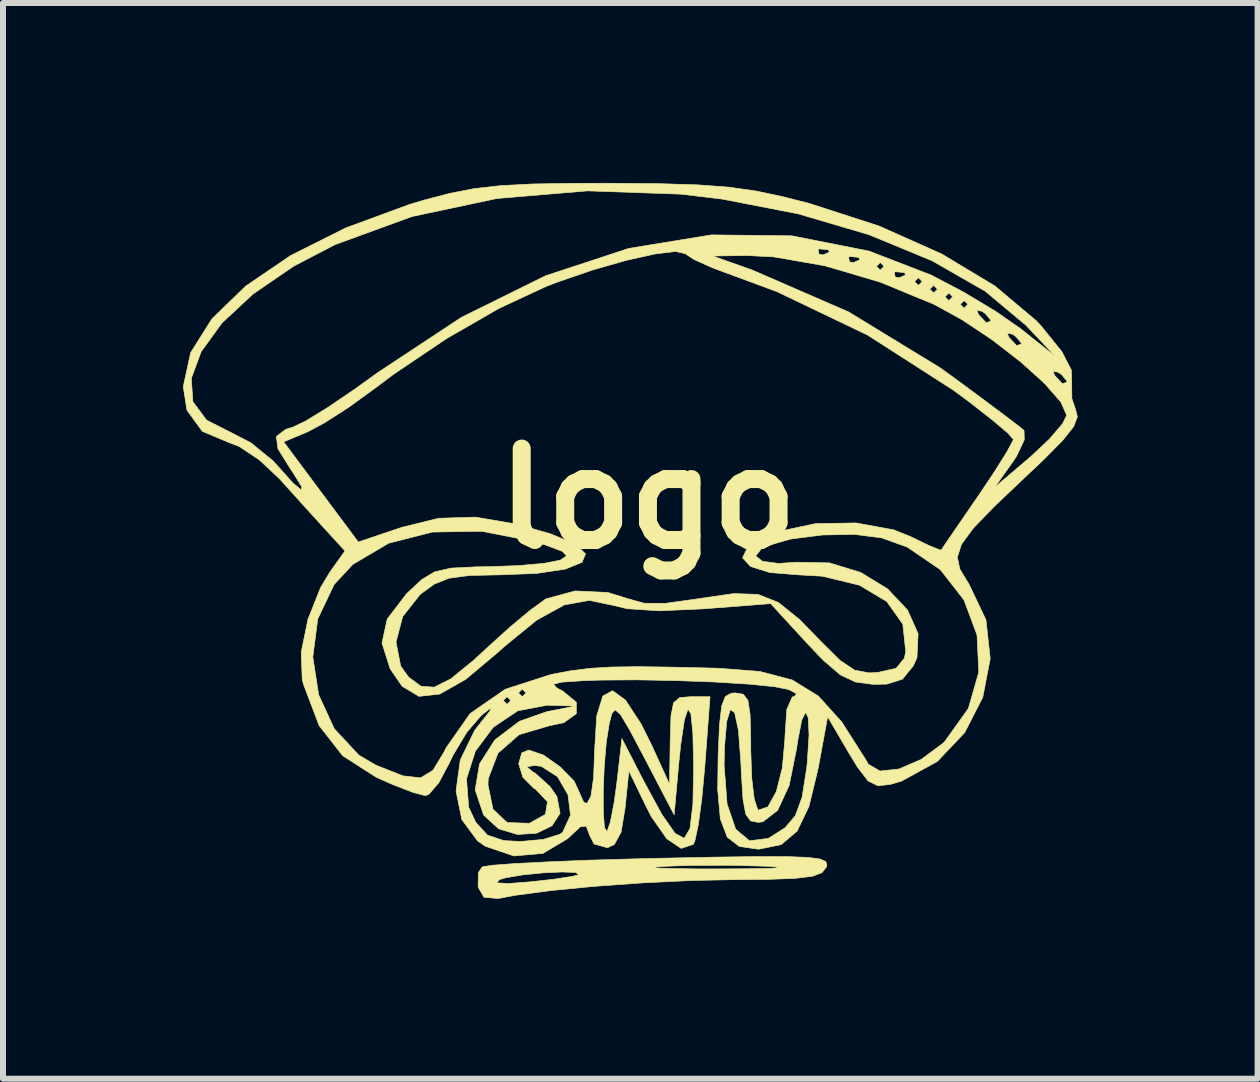
<source format=kicad_pcb>
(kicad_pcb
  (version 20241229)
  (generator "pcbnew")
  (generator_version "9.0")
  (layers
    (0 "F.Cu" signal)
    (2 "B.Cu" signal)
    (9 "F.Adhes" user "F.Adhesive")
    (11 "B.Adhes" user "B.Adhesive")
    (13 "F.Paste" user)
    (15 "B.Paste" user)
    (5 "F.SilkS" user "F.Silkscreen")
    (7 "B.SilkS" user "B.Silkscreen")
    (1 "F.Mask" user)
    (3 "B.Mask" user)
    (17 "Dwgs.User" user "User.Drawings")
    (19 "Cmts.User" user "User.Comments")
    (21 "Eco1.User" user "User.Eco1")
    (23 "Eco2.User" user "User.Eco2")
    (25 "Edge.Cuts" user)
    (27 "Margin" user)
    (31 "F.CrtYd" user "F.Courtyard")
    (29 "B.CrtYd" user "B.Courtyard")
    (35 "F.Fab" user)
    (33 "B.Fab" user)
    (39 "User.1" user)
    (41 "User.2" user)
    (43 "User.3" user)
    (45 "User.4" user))
  (footprint "logo"
    (layer "F.Cu")
    (at 7.752 5.263)
    (property "Reference" "logo" (at 0 0 0) (layer "F.SilkS") (effects (font (size 1.524 1.524) (thickness 0.3))))
    (attr through_hole)
    (fp_poly (pts (xy 2.334 5.968) (xy 2.67 5.981) (xy 2.871 6.008) (xy 2.965 6.05) (xy 2.983 6.109) (xy 2.974 6.142) (xy 2.902 6.235) (xy 2.741 6.296) (xy 2.449 6.331) (xy 1.98 6.348) (xy 1.479 6.351) (xy 0.733 6.366) (xy -0.08 6.405) (xy -0.89 6.463) (xy -1.628 6.535) (xy -2.225 6.615) (xy -2.494 6.666) (xy -2.733 6.646) (xy -2.831 6.476) (xy -2.83 6.405) (xy -2.521 6.405) (xy -2.327 6.416) (xy -1.968 6.389) (xy -1.556 6.343) (xy -1.259 6.297) (xy -1.154 6.269) (xy -1.206 6.232) (xy -1.432 6.224) (xy -1.754 6.239) (xy -2.094 6.273) (xy -2.373 6.321) (xy -2.477 6.352) (xy -2.521 6.405) (xy -2.83 6.405) (xy -2.828 6.234) (xy -2.765 6.144) (xy 0.095 6.144) (xy 0.139 6.157) (xy 0.397 6.167) (xy 0.85 6.173) (xy 1.143 6.173) (xy 1.686 6.17) (xy 2.044 6.163) (xy 2.197 6.151) (xy 2.126 6.137) (xy 2 6.129) (xy 1.375 6.112) (xy 0.686 6.115) (xy 0.286 6.129) (xy 0.095 6.144) (xy -2.765 6.144) (xy -2.761 6.139) (xy -2.6 6.112) (xy -2.223 6.084) (xy -1.668 6.055) (xy -0.974 6.027) (xy -0.179 6.004) (xy 0.214 5.995) (xy 1.135 5.976) (xy 1.832 5.967) (xy 2.334 5.968)) (stroke (width 0.01) (type solid)) (fill yes) (layer "F.SilkS"))
    (fp_poly (pts (xy 0.195 -5.251) (xy 0.834 -5.231) (xy 1.348 -5.193) (xy 1.801 -5.129) (xy 2.255 -5.033) (xy 2.695 -4.92) (xy 3.853 -4.545) (xy 4.898 -4.079) (xy 5.785 -3.545) (xy 6.471 -2.968) (xy 6.551 -2.883) (xy 6.9 -2.452) (xy 7.059 -2.143) (xy 7.064 -1.988) (xy 7.067 -1.668) (xy 7.126 -1.498) (xy 7.159 -1.365) (xy 7.098 -1.203) (xy 6.918 -0.975) (xy 6.589 -0.642) (xy 6.289 -0.359) (xy 5.771 0.133) (xy 5.423 0.494) (xy 5.226 0.763) (xy 5.158 0.977) (xy 5.2 1.175) (xy 5.332 1.394) (xy 5.348 1.417) (xy 5.635 2.02) (xy 5.706 2.668) (xy 5.582 3.312) (xy 5.281 3.9) (xy 4.824 4.382) (xy 4.23 4.708) (xy 4.044 4.763) (xy 3.835 4.788) (xy 3.67 4.706) (xy 3.49 4.471) (xy 3.351 4.242) (xy 2.996 3.636) (xy 2.837 4.501) (xy 2.684 5.132) (xy 2.487 5.543) (xy 2.221 5.768) (xy 1.858 5.842) (xy 1.826 5.842) (xy 1.523 5.798) (xy 1.322 5.643) (xy 1.207 5.34) (xy 1.163 4.854) (xy 1.168 4.443) (xy 1.27 4.443) (xy 1.319 5.088) (xy 1.462 5.51) (xy 1.693 5.704) (xy 2.008 5.664) (xy 2.286 5.487) (xy 2.457 5.286) (xy 2.57 4.978) (xy 2.646 4.493) (xy 2.656 4.407) (xy 2.686 3.941) (xy 2.673 3.653) (xy 2.629 3.563) (xy 2.565 3.687) (xy 2.496 4.043) (xy 2.48 4.159) (xy 2.354 4.782) (xy 2.162 5.197) (xy 1.916 5.387) (xy 1.837 5.397) (xy 1.71 5.372) (xy 1.631 5.262) (xy 1.585 5.015) (xy 1.557 4.581) (xy 1.55 4.409) (xy 1.509 3.863) (xy 1.445 3.567) (xy 1.374 3.517) (xy 1.313 3.713) (xy 1.275 4.153) (xy 1.27 4.443) (xy 1.168 4.443) (xy 1.17 4.285) (xy 1.193 3.769) (xy 1.229 3.457) (xy 1.291 3.298) (xy 1.392 3.243) (xy 1.46 3.239) (xy 1.59 3.261) (xy 1.667 3.364) (xy 1.703 3.599) (xy 1.714 4.02) (xy 1.714 4.191) (xy 1.73 4.655) (xy 1.772 5.008) (xy 1.831 5.185) (xy 1.841 5.193) (xy 2 5.138) (xy 2.14 4.884) (xy 2.241 4.486) (xy 2.284 4.001) (xy 2.284 3.969) (xy 2.315 3.516) (xy 2.405 3.308) (xy 2.445 3.294) (xy 2.476 3.251) (xy 2.349 3.183) (xy 2.11 3.135) (xy 1.677 3.092) (xy 1.11 3.057) (xy 0.47 3.033) (xy -0.182 3.021) (xy -0.787 3.025) (xy -1.079 3.035) (xy -1.438 3.059) (xy -1.574 3.094) (xy -1.518 3.157) (xy -1.424 3.205) (xy -1.194 3.393) (xy -1.194 3.586) (xy -1.404 3.736) (xy -1.652 3.788) (xy -2.148 3.935) (xy -2.5 4.243) (xy -2.662 4.668) (xy -2.667 4.769) (xy -2.583 5.178) (xy -2.347 5.4) (xy -1.982 5.412) (xy -1.97 5.409) (xy -1.709 5.263) (xy -1.675 5.053) (xy -1.875 4.843) (xy -1.905 4.826) (xy -2.085 4.646) (xy -2.155 4.419) (xy -2.103 4.238) (xy -1.986 4.191) (xy -1.743 4.274) (xy -1.461 4.473) (xy -1.23 4.71) (xy -1.143 4.899) (xy -1.071 5.062) (xy -1.016 5.08) (xy -0.951 4.963) (xy -0.937 4.87) (xy -0.745 4.87) (xy -0.744 5.237) (xy -0.724 5.486) (xy -0.683 5.551) (xy -0.682 5.551) (xy -0.626 5.39) (xy -0.562 5.057) (xy -0.518 4.736) (xy -0.434 4) (xy -0.075 4.699) (xy 0.229 5.259) (xy 0.453 5.581) (xy 0.606 5.662) (xy 0.701 5.499) (xy 0.75 5.088) (xy 0.762 4.48) (xy 0.749 3.909) (xy 0.716 3.585) (xy 0.667 3.51) (xy 0.608 3.685) (xy 0.545 4.111) (xy 0.514 4.414) (xy 0.437 5.271) (xy -0.06 4.318) (xy -0.302 3.861) (xy -0.454 3.604) (xy -0.545 3.52) (xy -0.601 3.582) (xy -0.645 3.747) (xy -0.694 4.057) (xy -0.728 4.455) (xy -0.745 4.87) (xy -0.937 4.87) (xy -0.906 4.648) (xy -0.889 4.198) (xy -0.854 3.622) (xy -0.752 3.29) (xy -0.59 3.202) (xy -0.374 3.359) (xy -0.111 3.762) (xy 0.068 4.123) (xy 0.36 4.763) (xy 0.371 4.032) (xy 0.384 3.621) (xy 0.427 3.403) (xy 0.529 3.317) (xy 0.708 3.302) (xy 1.035 3.302) (xy 0.947 4.477) (xy 0.898 5.004) (xy 0.84 5.435) (xy 0.782 5.707) (xy 0.756 5.764) (xy 0.555 5.831) (xy 0.314 5.67) (xy 0.054 5.297) (xy -0.031 5.131) (xy -0.318 4.538) (xy -0.381 5.157) (xy -0.448 5.561) (xy -0.56 5.766) (xy -0.676 5.82) (xy -0.898 5.757) (xy -0.972 5.615) (xy -1.029 5.46) (xy -1.124 5.469) (xy -1.322 5.652) (xy -1.338 5.668) (xy -1.75 5.914) (xy -2.235 5.957) (xy -2.713 5.794) (xy -2.84 5.706) (xy -3.103 5.35) (xy -3.199 4.876) (xy -3.172 4.672) (xy -3.025 4.672) (xy -2.989 5.143) (xy -2.871 5.395) (xy -2.675 5.61) (xy -2.401 5.701) (xy -2.118 5.715) (xy -1.745 5.681) (xy -1.471 5.597) (xy -1.422 5.563) (xy -1.291 5.277) (xy -1.332 4.939) (xy -1.506 4.637) (xy -1.776 4.463) (xy -1.893 4.449) (xy -2.02 4.47) (xy -1.926 4.551) (xy -1.875 4.581) (xy -1.633 4.799) (xy -1.517 4.967) (xy -1.465 5.245) (xy -1.6 5.454) (xy -1.857 5.578) (xy -2.174 5.599) (xy -2.489 5.504) (xy -2.739 5.276) (xy -2.88 4.856) (xy -2.808 4.422) (xy -2.552 4.023) (xy -2.144 3.712) (xy -1.686 3.551) (xy -1.206 3.458) (xy -1.681 3.444) (xy -2.17 3.537) (xy -2.58 3.812) (xy -2.877 4.21) (xy -3.025 4.672) (xy -3.172 4.672) (xy -3.129 4.359) (xy -2.893 3.87) (xy -2.83 3.788) (xy -2.639 3.547) (xy -2.607 3.481) (xy -2.731 3.576) (xy -2.783 3.619) (xy -3.021 3.897) (xy -3.253 4.284) (xy -3.314 4.413) (xy -3.485 4.734) (xy -3.65 4.927) (xy -3.71 4.952) (xy -3.909 4.9) (xy -4.249 4.769) (xy -4.533 4.643) (xy -5.09 4.285) (xy -5.482 3.783) (xy -5.743 3.095) (xy -5.764 3.011) (xy -5.777 2.64) (xy -5.587 2.64) (xy -5.49 3.269) (xy -5.23 3.835) (xy -4.82 4.276) (xy -4.534 4.444) (xy -4.085 4.621) (xy -3.791 4.655) (xy -3.585 4.53) (xy -3.402 4.229) (xy -3.365 4.155) (xy -2.966 3.585) (xy -2.65 3.365) (xy -2.413 3.365) (xy -2.349 3.429) (xy -2.286 3.365) (xy -2.349 3.302) (xy -2.413 3.365) (xy -2.65 3.365) (xy -2.467 3.239) (xy -2.159 3.239) (xy -2.095 3.302) (xy -2.032 3.239) (xy -2.095 3.175) (xy -2.159 3.239) (xy -2.467 3.239) (xy -2.382 3.179) (xy -1.611 2.93) (xy -1.282 2.869) (xy -0.966 2.829) (xy -0.608 2.807) (xy -0.154 2.801) (xy 0.451 2.81) (xy 1.165 2.827) (xy 1.868 2.881) (xy 2.406 3.023) (xy 2.841 3.291) (xy 3.23 3.722) (xy 3.632 4.353) (xy 3.674 4.427) (xy 3.868 4.541) (xy 4.186 4.507) (xy 4.558 4.346) (xy 4.918 4.079) (xy 4.95 4.047) (xy 5.342 3.498) (xy 5.516 2.891) (xy 5.486 2.272) (xy 5.268 1.688) (xy 4.875 1.184) (xy 4.322 0.807) (xy 3.895 0.654) (xy 3.444 0.596) (xy 2.906 0.606) (xy 2.382 0.673) (xy 1.977 0.789) (xy 1.893 0.833) (xy 1.797 0.955) (xy 1.907 1.044) (xy 2.178 1.08) (xy 2.472 1.06) (xy 3.027 1.071) (xy 3.549 1.231) (xy 3.995 1.504) (xy 4.327 1.856) (xy 4.504 2.251) (xy 4.485 2.651) (xy 4.423 2.788) (xy 4.243 3.01) (xy 3.982 3.092) (xy 3.753 3.096) (xy 3.463 3.058) (xy 3.211 2.94) (xy 2.925 2.696) (xy 2.657 2.415) (xy 2.046 1.75) (xy 0.928 1.837) (xy 0.186 1.87) (xy -0.348 1.835) (xy -0.562 1.783) (xy -0.975 1.696) (xy -1.393 1.771) (xy -1.856 2.026) (xy -2.408 2.477) (xy -2.492 2.554) (xy -3.037 3.012) (xy -3.47 3.258) (xy -3.817 3.296) (xy -4.098 3.128) (xy -4.299 2.834) (xy -4.434 2.407) (xy -4.347 2.009) (xy -4.029 1.591) (xy -4.013 1.575) (xy -3.773 1.351) (xy -3.557 1.221) (xy -3.283 1.158) (xy -2.87 1.137) (xy -2.648 1.134) (xy -2.151 1.116) (xy -1.729 1.078) (xy -1.468 1.027) (xy -1.46 1.024) (xy -1.357 0.955) (xy -1.428 0.878) (xy -1.705 0.774) (xy -1.896 0.715) (xy -2.769 0.544) (xy -3.592 0.557) (xy -4.322 0.743) (xy -4.918 1.095) (xy -5.232 1.432) (xy -5.505 2.007) (xy -5.587 2.64) (xy -5.777 2.64) (xy -5.78 2.56) (xy -5.669 2.015) (xy -5.458 1.484) (xy -5.306 1.23) (xy -5.05 0.871) (xy -5.362 0.531) (xy -5.633 0.233) (xy -5.972 -0.142) (xy -6.146 -0.335) (xy -6.478 -0.646) (xy -6.813 -0.869) (xy -6.977 -0.932) (xy -7.429 -1.122) (xy -7.685 -1.474) (xy -7.747 -1.867) (xy -7.717 -2.005) (xy -7.613 -2.005) (xy -7.586 -1.616) (xy -7.357 -1.308) (xy -7.017 -1.136) (xy -6.622 -0.933) (xy -6.248 -0.628) (xy -6.182 -0.555) (xy -5.92 -0.262) (xy -5.778 -0.142) (xy -5.772 -0.199) (xy -5.92 -0.438) (xy -5.96 -0.496) (xy -6.169 -0.833) (xy -6.183 -0.947) (xy -6.073 -0.947) (xy -5.451 -0.112) (xy -4.829 0.723) (xy -4.102 0.478) (xy -3.489 0.327) (xy -2.877 0.308) (xy -2.188 0.425) (xy -1.619 0.588) (xy -1.209 0.759) (xy -1.04 0.921) (xy -1.1 1.062) (xy -1.377 1.175) (xy -1.859 1.247) (xy -2.458 1.27) (xy -2.973 1.281) (xy -3.314 1.326) (xy -3.562 1.425) (xy -3.799 1.597) (xy -3.8 1.599) (xy -4.089 1.967) (xy -4.2 2.391) (xy -4.122 2.791) (xy -3.991 2.975) (xy -3.784 3.128) (xy -3.564 3.143) (xy -3.287 3.005) (xy -2.91 2.698) (xy -2.689 2.494) (xy -2.305 2.146) (xy -1.957 1.856) (xy -1.713 1.68) (xy -1.691 1.668) (xy -1.215 1.539) (xy -0.67 1.564) (xy -0.324 1.671) (xy -0.061 1.744) (xy 0.296 1.745) (xy 0.818 1.672) (xy 0.879 1.662) (xy 1.429 1.583) (xy 1.834 1.596) (xy 2.173 1.73) (xy 2.526 2.014) (xy 2.877 2.374) (xy 3.201 2.696) (xy 3.447 2.86) (xy 3.69 2.905) (xy 3.83 2.898) (xy 4.139 2.828) (xy 4.274 2.66) (xy 4.298 2.553) (xy 4.249 2.093) (xy 3.983 1.716) (xy 3.526 1.443) (xy 2.906 1.293) (xy 2.505 1.27) (xy 2.031 1.232) (xy 1.711 1.131) (xy 1.577 0.986) (xy 1.66 0.815) (xy 1.681 0.797) (xy 2.17 0.549) (xy 2.796 0.416) (xy 3.469 0.405) (xy 4.097 0.52) (xy 4.378 0.633) (xy 4.68 0.779) (xy 4.865 0.854) (xy 4.89 0.855) (xy 4.965 0.744) (xy 5.149 0.475) (xy 5.407 0.099) (xy 5.502 -0.038) (xy 5.775 -0.446) (xy 5.981 -0.774) (xy 6.085 -0.967) (xy 6.092 -0.99) (xy 5.994 -1.099) (xy 5.734 -1.318) (xy 5.358 -1.612) (xy 5.096 -1.806) (xy 3.662 -2.727) (xy 2.148 -3.452) (xy 1.512 -3.687) (xy 1.089 -3.843) (xy 0.768 -3.987) (xy 0.681 -4.045) (xy 1.079 -4.045) (xy 1.737 -3.812) (xy 3.345 -3.113) (xy 4.864 -2.186) (xy 5.105 -2.013) (xy 5.557 -1.679) (xy 5.936 -1.396) (xy 6.192 -1.201) (xy 6.27 -1.137) (xy 6.274 -0.981) (xy 6.148 -0.712) (xy 6.082 -0.613) (xy 5.783 -0.191) (xy 6.38 -0.699) (xy 6.696 -0.995) (xy 6.914 -1.252) (xy 6.981 -1.391) (xy 6.883 -1.612) (xy 6.612 -1.921) (xy 6.389 -2.123) (xy 6.751 -2.123) (xy 6.782 -2.052) (xy 6.91 -1.915) (xy 6.984 -1.943) (xy 6.985 -1.961) (xy 6.895 -2.068) (xy 6.838 -2.108) (xy 6.751 -2.123) (xy 6.389 -2.123) (xy 6.215 -2.279) (xy 5.74 -2.647) (xy 5.574 -2.758) (xy 5.989 -2.758) (xy 6.02 -2.687) (xy 6.148 -2.55) (xy 6.222 -2.578) (xy 6.223 -2.596) (xy 6.133 -2.703) (xy 6.076 -2.743) (xy 5.989 -2.758) (xy 5.574 -2.758) (xy 5.234 -2.984) (xy 4.953 -3.139) (xy 5.481 -3.139) (xy 5.512 -3.068) (xy 5.64 -2.931) (xy 5.714 -2.959) (xy 5.715 -2.977) (xy 5.625 -3.084) (xy 5.568 -3.124) (xy 5.481 -3.139) (xy 4.953 -3.139) (xy 4.773 -3.237) (xy 4.771 -3.239) (xy 5.207 -3.239) (xy 5.271 -3.175) (xy 5.334 -3.239) (xy 5.271 -3.302) (xy 5.207 -3.239) (xy 4.771 -3.239) (xy 4.463 -3.365) (xy 4.953 -3.365) (xy 5.016 -3.302) (xy 5.08 -3.365) (xy 5.016 -3.429) (xy 4.953 -3.365) (xy 4.463 -3.365) (xy 4.156 -3.493) (xy 4.699 -3.493) (xy 4.763 -3.429) (xy 4.826 -3.493) (xy 4.763 -3.556) (xy 4.699 -3.493) (xy 4.156 -3.493) (xy 3.87 -3.61) (xy 3.84 -3.619) (xy 4.445 -3.619) (xy 4.508 -3.556) (xy 4.572 -3.619) (xy 4.508 -3.683) (xy 4.445 -3.619) (xy 3.84 -3.619) (xy 3.337 -3.768) (xy 4.106 -3.768) (xy 4.124 -3.692) (xy 4.191 -3.683) (xy 4.296 -3.729) (xy 4.276 -3.768) (xy 4.125 -3.783) (xy 4.106 -3.768) (xy 3.337 -3.768) (xy 2.979 -3.873) (xy 3.81 -3.873) (xy 3.873 -3.81) (xy 3.937 -3.873) (xy 3.873 -3.937) (xy 3.81 -3.873) (xy 2.979 -3.873) (xy 2.948 -3.882) (xy 2.148 -4.022) (xy 3.344 -4.022) (xy 3.362 -3.946) (xy 3.429 -3.937) (xy 3.534 -3.983) (xy 3.514 -4.022) (xy 3.363 -4.037) (xy 3.344 -4.022) (xy 2.148 -4.022) (xy 2.091 -4.031) (xy 1.651 -4.053) (xy 1.079 -4.045) (xy 0.681 -4.045) (xy 0.622 -4.084) (xy 0.463 -4.121) (xy 0.119 -4.079) (xy -0.359 -3.973) (xy -0.918 -3.813) (xy -1.505 -3.612) (xy -1.695 -3.539) (xy -2.483 -3.172) (xy -3.358 -2.668) (xy -4.233 -2.079) (xy -4.572 -1.825) (xy -4.993 -1.52) (xy -5.399 -1.26) (xy -5.672 -1.115) (xy -6.073 -0.947) (xy -6.183 -0.947) (xy -6.195 -1.037) (xy -6.038 -1.156) (xy -5.925 -1.19) (xy -5.704 -1.295) (xy -5.337 -1.52) (xy -4.882 -1.829) (xy -4.509 -2.098) (xy -3.11 -3.022) (xy -1.708 -3.715) (xy -0.389 -4.149) (xy 2.836 -4.149) (xy 2.854 -4.073) (xy 2.921 -4.064) (xy 3.026 -4.11) (xy 3.006 -4.149) (xy 2.855 -4.164) (xy 2.836 -4.149) (xy -0.389 -4.149) (xy -0.314 -4.173) (xy 1.058 -4.397) (xy 2.396 -4.382) (xy 3.687 -4.127) (xy 4.723 -3.727) (xy 5.261 -3.444) (xy 5.793 -3.125) (xy 6.209 -2.836) (xy 6.222 -2.826) (xy 6.795 -2.369) (xy 6.297 -2.895) (xy 5.623 -3.458) (xy 4.739 -3.965) (xy 3.686 -4.4) (xy 2.505 -4.748) (xy 1.237 -4.994) (xy 0.552 -5.076) (xy -1.008 -5.131) (xy -2.517 -5.004) (xy -3.934 -4.703) (xy -5.216 -4.235) (xy -5.905 -3.876) (xy -6.584 -3.411) (xy -7.102 -2.928) (xy -7.448 -2.451) (xy -7.613 -2.005) (xy -7.717 -2.005) (xy -7.624 -2.433) (xy -7.269 -2.997) (xy -6.706 -3.543) (xy -5.955 -4.054) (xy -5.039 -4.513) (xy -3.98 -4.903) (xy -3.722 -4.98) (xy -3.302 -5.09) (xy -2.9 -5.168) (xy -2.46 -5.218) (xy -1.922 -5.246) (xy -1.229 -5.257) (xy -0.635 -5.258) (xy 0.195 -5.251)) (stroke (width 0.01) (type solid)) (fill yes) (layer "F.SilkS")))
  (gr_rect
    (start -3 -3)
    (end 17.916 14.934)
    (stroke (width 0.1) (type default))
    (fill no)
    (layer "Edge.Cuts")))
</source>
